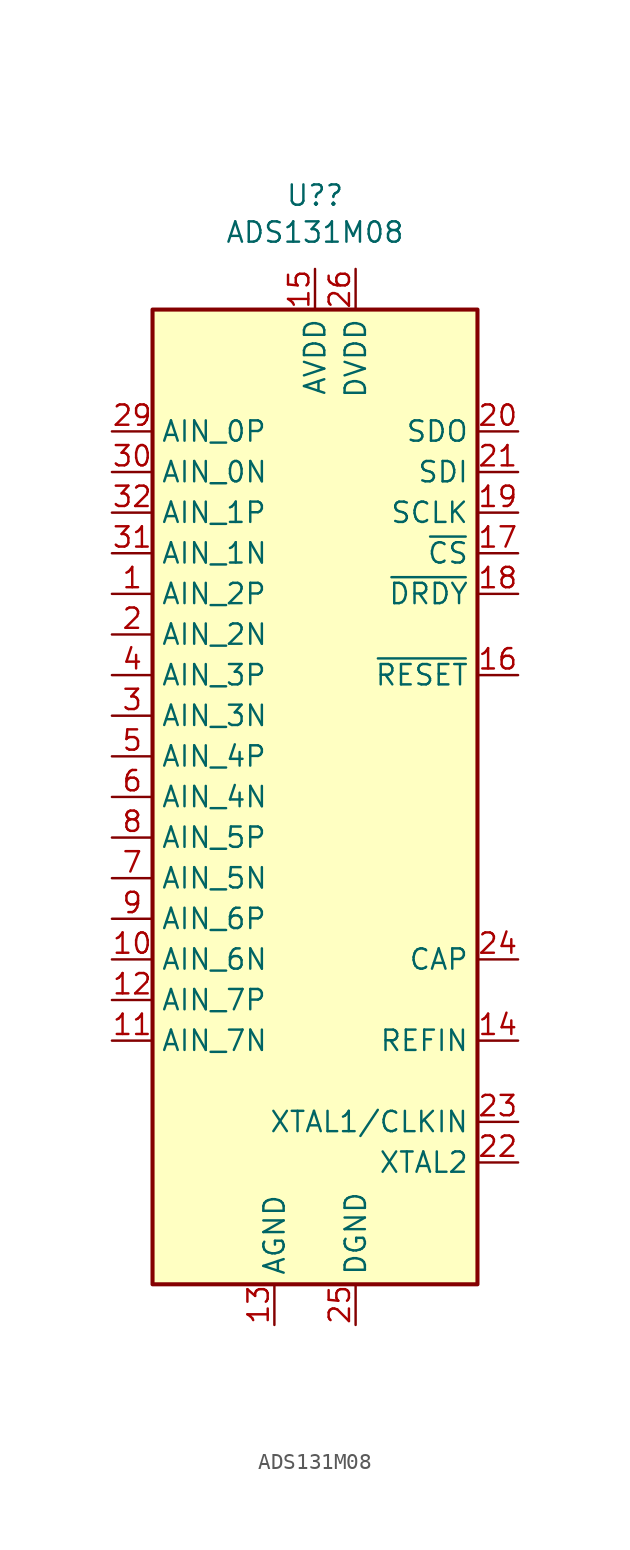
<source format=kicad_sym>
(kicad_symbol_lib
  (version 20211014)
  (generator kicad_symbol_editor)
  (symbol "ADS131M08"
    (property "Reference" "U?"
      (at 0 37.617 0)
      (effects (font (size 1.27 1.27))))
    (property "Value" "ADS131M08"
      (at 0 35.306 0)
      (effects (font (size 1.27 1.27))))
    (symbol "ADS131M08_0_1"
      (rectangle (start -10.16 30.48) (end 10.16 -30.48) (stroke (width 0.254) (type default) (color 0 0 0 0)) (fill (type background))))
    (symbol "ADS131M08_1_1"
      (pin input line (at -12.7 12.7 0) (length 2.54) (name "AIN_2P" (effects (font (size 1.27 1.27)))) (number "1" (effects (font (size 1.27 1.27)))))
      (pin input line (at -12.7 -10.16 0) (length 2.54) (name "AIN_6N" (effects (font (size 1.27 1.27)))) (number "10" (effects (font (size 1.27 1.27)))))
      (pin input line (at -12.7 -15.24 0) (length 2.54) (name "AIN_7N" (effects (font (size 1.27 1.27)))) (number "11" (effects (font (size 1.27 1.27)))))
      (pin input line (at -12.7 -12.7 0) (length 2.54) (name "AIN_7P" (effects (font (size 1.27 1.27)))) (number "12" (effects (font (size 1.27 1.27)))))
      (pin power_in line (at -2.54 -33.02 90) (length 2.54) (name "AGND" (effects (font (size 1.27 1.27)))) (number "13" (effects (font (size 1.27 1.27)))))
      (pin passive line (at 12.7 -15.24 180) (length 2.54) (name "REFIN" (effects (font (size 1.27 1.27)))) (number "14" (effects (font (size 1.27 1.27)))))
      (pin power_in line (at 0 33.02 270) (length 2.54) (name "AVDD" (effects (font (size 1.27 1.27)))) (number "15" (effects (font (size 1.27 1.27)))))
      (pin input line (at 12.7 7.62 180) (length 2.54) (name "~{RESET}" (effects (font (size 1.27 1.27)))) (number "16" (effects (font (size 1.27 1.27)))))
      (pin input line (at 12.7 15.24 180) (length 2.54) (name "~{CS}" (effects (font (size 1.27 1.27)))) (number "17" (effects (font (size 1.27 1.27)))))
      (pin input line (at 12.7 12.7 180) (length 2.54) (name "~{DRDY}" (effects (font (size 1.27 1.27)))) (number "18" (effects (font (size 1.27 1.27)))))
      (pin input line (at 12.7 17.78 180) (length 2.54) (name "SCLK" (effects (font (size 1.27 1.27)))) (number "19" (effects (font (size 1.27 1.27)))))
      (pin input line (at -12.7 10.16 0) (length 2.54) (name "AIN_2N" (effects (font (size 1.27 1.27)))) (number "2" (effects (font (size 1.27 1.27)))))
      (pin output line (at 12.7 22.86 180) (length 2.54) (name "SDO" (effects (font (size 1.27 1.27)))) (number "20" (effects (font (size 1.27 1.27)))))
      (pin input line (at 12.7 20.32 180) (length 2.54) (name "SDI" (effects (font (size 1.27 1.27)))) (number "21" (effects (font (size 1.27 1.27)))))
      (pin output line (at 12.7 -22.86 180) (length 2.54) (name "XTAL2" (effects (font (size 1.27 1.27)))) (number "22" (effects (font (size 1.27 1.27)))))
      (pin input line (at 12.7 -20.32 180) (length 2.54) (name "XTAL1/CLKIN" (effects (font (size 1.27 1.27)))) (number "23" (effects (font (size 1.27 1.27)))))
      (pin passive line (at 12.7 -10.16 180) (length 2.54) (name "CAP" (effects (font (size 1.27 1.27)))) (number "24" (effects (font (size 1.27 1.27)))))
      (pin power_in line (at 2.54 -33.02 90) (length 2.54) (name "DGND" (effects (font (size 1.27 1.27)))) (number "25" (effects (font (size 1.27 1.27)))))
      (pin power_in line (at 2.54 33.02 270) (length 2.54) (name "DVDD" (effects (font (size 1.27 1.27)))) (number "26" (effects (font (size 1.27 1.27)))))
      (pin no_connect line (at 10.16 -5.08 180) (length 2.54) hide (name "DNC" (effects (font (size 1.27 1.27)))) (number "27" (effects (font (size 1.27 1.27)))))
      (pin passive line (at -2.54 -33.02 90) (length 2.54) hide (name "AGND" (effects (font (size 1.27 1.27)))) (number "28" (effects (font (size 1.27 1.27)))))
      (pin input line (at -12.7 22.86 0) (length 2.54) (name "AIN_0P" (effects (font (size 1.27 1.27)))) (number "29" (effects (font (size 1.27 1.27)))))
      (pin input line (at -12.7 5.08 0) (length 2.54) (name "AIN_3N" (effects (font (size 1.27 1.27)))) (number "3" (effects (font (size 1.27 1.27)))))
      (pin input line (at -12.7 20.32 0) (length 2.54) (name "AIN_0N" (effects (font (size 1.27 1.27)))) (number "30" (effects (font (size 1.27 1.27)))))
      (pin input line (at -12.7 15.24 0) (length 2.54) (name "AIN_1N" (effects (font (size 1.27 1.27)))) (number "31" (effects (font (size 1.27 1.27)))))
      (pin input line (at -12.7 17.78 0) (length 2.54) (name "AIN_1P" (effects (font (size 1.27 1.27)))) (number "32" (effects (font (size 1.27 1.27)))))
      (pin passive line (at -2.54 -33.02 90) (length 2.54) hide (name "AGND" (effects (font (size 1.27 1.27)))) (number "33" (effects (font (size 1.27 1.27)))))
      (pin input line (at -12.7 7.62 0) (length 2.54) (name "AIN_3P" (effects (font (size 1.27 1.27)))) (number "4" (effects (font (size 1.27 1.27)))))
      (pin input line (at -12.7 2.54 0) (length 2.54) (name "AIN_4P" (effects (font (size 1.27 1.27)))) (number "5" (effects (font (size 1.27 1.27)))))
      (pin input line (at -12.7 0 0) (length 2.54) (name "AIN_4N" (effects (font (size 1.27 1.27)))) (number "6" (effects (font (size 1.27 1.27)))))
      (pin input line (at -12.7 -5.08 0) (length 2.54) (name "AIN_5N" (effects (font (size 1.27 1.27)))) (number "7" (effects (font (size 1.27 1.27)))))
      (pin input line (at -12.7 -2.54 0) (length 2.54) (name "AIN_5P" (effects (font (size 1.27 1.27)))) (number "8" (effects (font (size 1.27 1.27)))))
      (pin input line (at -12.7 -7.62 0) (length 2.54) (name "AIN_6P" (effects (font (size 1.27 1.27)))) (number "9" (effects (font (size 1.27 1.27))))))))
</source>
